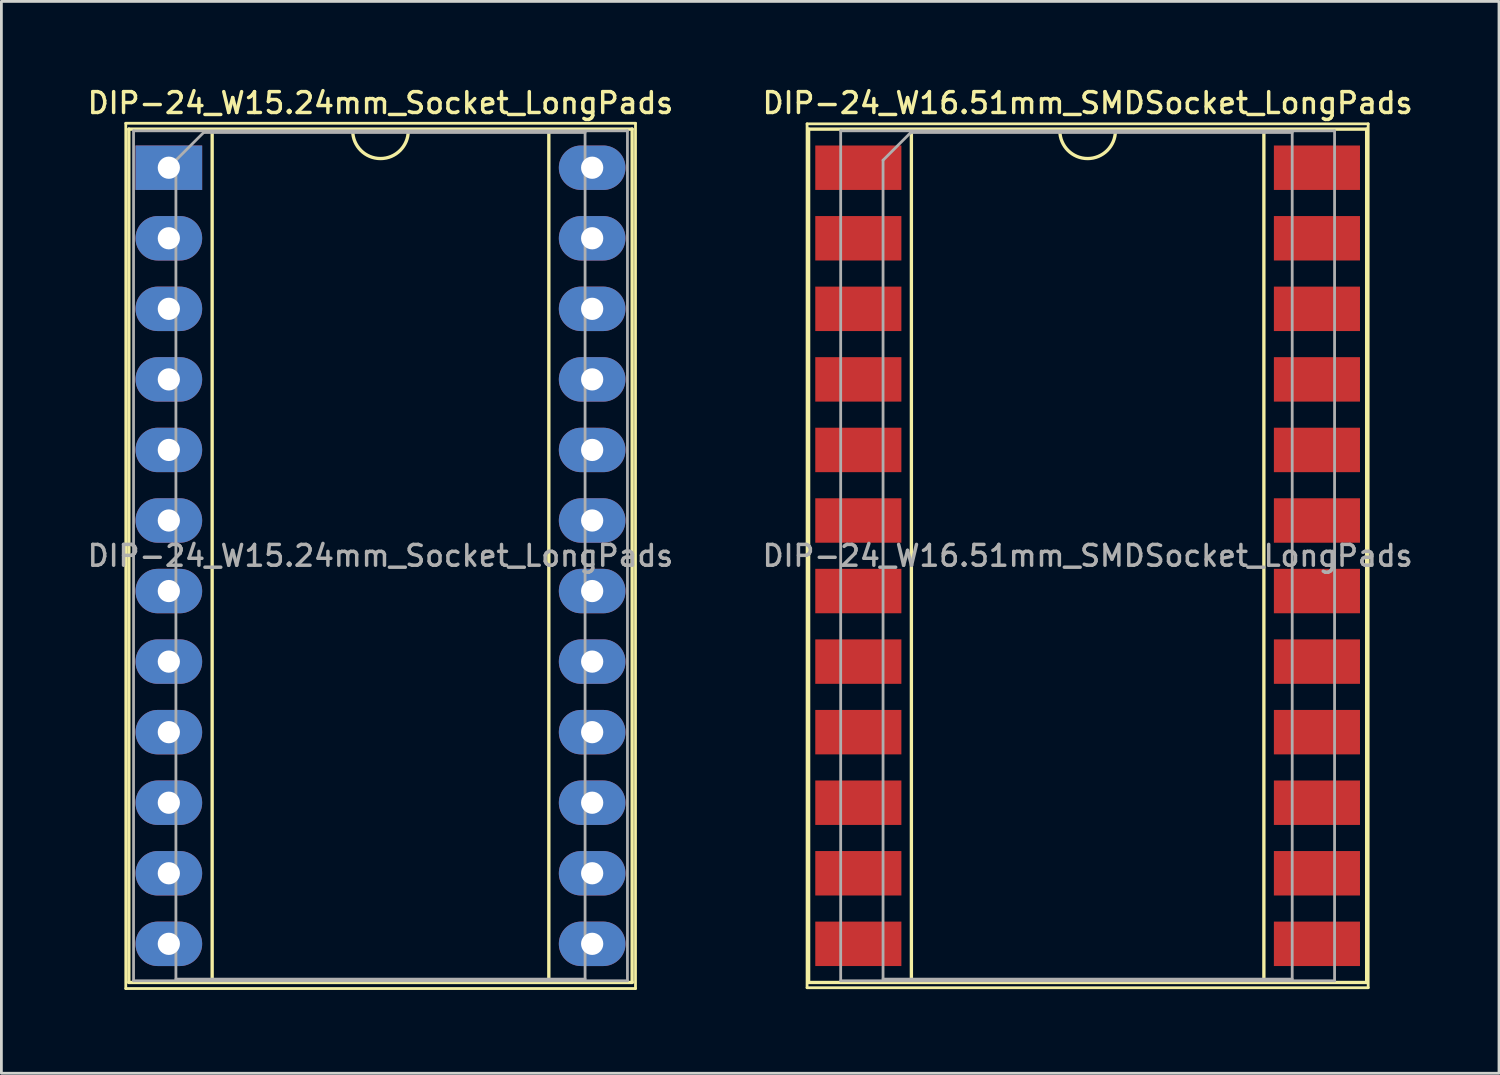
<source format=kicad_pcb>
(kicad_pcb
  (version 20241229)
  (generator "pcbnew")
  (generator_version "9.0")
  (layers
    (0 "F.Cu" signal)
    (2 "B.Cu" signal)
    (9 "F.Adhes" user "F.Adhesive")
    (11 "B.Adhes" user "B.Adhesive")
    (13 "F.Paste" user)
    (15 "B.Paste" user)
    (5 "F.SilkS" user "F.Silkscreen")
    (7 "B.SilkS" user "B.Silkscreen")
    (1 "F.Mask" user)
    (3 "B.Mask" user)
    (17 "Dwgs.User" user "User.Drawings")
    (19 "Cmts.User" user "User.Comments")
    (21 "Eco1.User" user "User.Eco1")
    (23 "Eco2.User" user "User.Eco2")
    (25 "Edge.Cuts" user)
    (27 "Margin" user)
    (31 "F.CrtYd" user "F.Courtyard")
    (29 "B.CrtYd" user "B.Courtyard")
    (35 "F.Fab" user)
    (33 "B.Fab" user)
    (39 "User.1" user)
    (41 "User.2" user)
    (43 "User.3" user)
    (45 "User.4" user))
  (footprint "DIP-24_W16.51mm_SMDSocket_LongPads"
    (layer "F.Cu")
    (at 36.105 16.958)
    (property "Reference" "DIP-24_W16.51mm_SMDSocket_LongPads" (at 0 -16.3 0) (layer "F.SilkS") (effects (font (size 0.75 0.75) (thickness 0.125))))
    (attr smd)
    (fp_line (start -10.1 -15.55) (end -10.1 15.55) (stroke (width 0.1) (type solid)) (layer "F.SilkS"))
    (fp_line (start -10.1 15.55) (end 10.1 15.55) (stroke (width 0.1) (type solid)) (layer "F.SilkS"))
    (fp_line (start -10.045 -15.36) (end -10.045 15.36) (stroke (width 0.12) (type solid)) (layer "F.SilkS"))
    (fp_line (start -10.045 15.36) (end 10.045 15.36) (stroke (width 0.12) (type solid)) (layer "F.SilkS"))
    (fp_line (start -6.345 -15.3) (end -6.345 15.3) (stroke (width 0.12) (type solid)) (layer "F.SilkS"))
    (fp_line (start -6.345 15.3) (end 6.345 15.3) (stroke (width 0.12) (type solid)) (layer "F.SilkS"))
    (fp_line (start -1 -15.3) (end -6.345 -15.3) (stroke (width 0.12) (type solid)) (layer "F.SilkS"))
    (fp_line (start 6.345 -15.3) (end 1 -15.3) (stroke (width 0.12) (type solid)) (layer "F.SilkS"))
    (fp_line (start 6.345 15.3) (end 6.345 -15.3) (stroke (width 0.12) (type solid)) (layer "F.SilkS"))
    (fp_line (start 10.045 -15.36) (end -10.045 -15.36) (stroke (width 0.12) (type solid)) (layer "F.SilkS"))
    (fp_line (start 10.045 15.36) (end 10.045 -15.36) (stroke (width 0.12) (type solid)) (layer "F.SilkS"))
    (fp_line (start 10.1 -15.55) (end -10.1 -15.55) (stroke (width 0.1) (type solid)) (layer "F.SilkS"))
    (fp_line (start 10.1 15.55) (end 10.1 -15.55) (stroke (width 0.1) (type solid)) (layer "F.SilkS"))
    (fp_arc (start 1 -15.3) (mid 0 -14.3) (end -1 -15.3) (stroke (width 0.12) (type solid)) (layer "F.SilkS"))
    (fp_line (start -8.89 -15.3) (end -8.89 15.3) (stroke (width 0.1) (type solid)) (layer "F.Fab"))
    (fp_line (start -8.89 15.3) (end 8.89 15.3) (stroke (width 0.1) (type solid)) (layer "F.Fab"))
    (fp_line (start -7.365 -14.24) (end -6.365 -15.24) (stroke (width 0.1) (type solid)) (layer "F.Fab"))
    (fp_line (start -7.365 15.24) (end -7.365 -14.24) (stroke (width 0.1) (type solid)) (layer "F.Fab"))
    (fp_line (start -6.365 -15.24) (end 7.365 -15.24) (stroke (width 0.1) (type solid)) (layer "F.Fab"))
    (fp_line (start 7.365 -15.24) (end 7.365 15.24) (stroke (width 0.1) (type solid)) (layer "F.Fab"))
    (fp_line (start 7.365 15.24) (end -7.365 15.24) (stroke (width 0.1) (type solid)) (layer "F.Fab"))
    (fp_line (start 8.89 -15.3) (end -8.89 -15.3) (stroke (width 0.1) (type solid)) (layer "F.Fab"))
    (fp_line (start 8.89 15.3) (end 8.89 -15.3) (stroke (width 0.1) (type solid)) (layer "F.Fab"))
    (fp_text user "${REFERENCE}" (at 0 0 0) (layer "F.Fab") (effects (font (size 0.75 0.75) (thickness 0.125))))
    (pad "1" smd rect (at -8.255 -13.97) (size 3.1 1.6) (layers "F.Cu" "F.Mask" "F.Paste"))
    (pad "2" smd rect (at -8.255 -11.43) (size 3.1 1.6) (layers "F.Cu" "F.Mask" "F.Paste"))
    (pad "3" smd rect (at -8.255 -8.89) (size 3.1 1.6) (layers "F.Cu" "F.Mask" "F.Paste"))
    (pad "4" smd rect (at -8.255 -6.35) (size 3.1 1.6) (layers "F.Cu" "F.Mask" "F.Paste"))
    (pad "5" smd rect (at -8.255 -3.81) (size 3.1 1.6) (layers "F.Cu" "F.Mask" "F.Paste"))
    (pad "6" smd rect (at -8.255 -1.27) (size 3.1 1.6) (layers "F.Cu" "F.Mask" "F.Paste"))
    (pad "7" smd rect (at -8.255 1.27) (size 3.1 1.6) (layers "F.Cu" "F.Mask" "F.Paste"))
    (pad "8" smd rect (at -8.255 3.81) (size 3.1 1.6) (layers "F.Cu" "F.Mask" "F.Paste"))
    (pad "9" smd rect (at -8.255 6.35) (size 3.1 1.6) (layers "F.Cu" "F.Mask" "F.Paste"))
    (pad "10" smd rect (at -8.255 8.89) (size 3.1 1.6) (layers "F.Cu" "F.Mask" "F.Paste"))
    (pad "11" smd rect (at -8.255 11.43) (size 3.1 1.6) (layers "F.Cu" "F.Mask" "F.Paste"))
    (pad "12" smd rect (at -8.255 13.97) (size 3.1 1.6) (layers "F.Cu" "F.Mask" "F.Paste"))
    (pad "13" smd rect (at 8.255 13.97) (size 3.1 1.6) (layers "F.Cu" "F.Mask" "F.Paste"))
    (pad "14" smd rect (at 8.255 11.43) (size 3.1 1.6) (layers "F.Cu" "F.Mask" "F.Paste"))
    (pad "15" smd rect (at 8.255 8.89) (size 3.1 1.6) (layers "F.Cu" "F.Mask" "F.Paste"))
    (pad "16" smd rect (at 8.255 6.35) (size 3.1 1.6) (layers "F.Cu" "F.Mask" "F.Paste"))
    (pad "17" smd rect (at 8.255 3.81) (size 3.1 1.6) (layers "F.Cu" "F.Mask" "F.Paste"))
    (pad "18" smd rect (at 8.255 1.27) (size 3.1 1.6) (layers "F.Cu" "F.Mask" "F.Paste"))
    (pad "19" smd rect (at 8.255 -1.27) (size 3.1 1.6) (layers "F.Cu" "F.Mask" "F.Paste"))
    (pad "20" smd rect (at 8.255 -3.81) (size 3.1 1.6) (layers "F.Cu" "F.Mask" "F.Paste"))
    (pad "21" smd rect (at 8.255 -6.35) (size 3.1 1.6) (layers "F.Cu" "F.Mask" "F.Paste"))
    (pad "22" smd rect (at 8.255 -8.89) (size 3.1 1.6) (layers "F.Cu" "F.Mask" "F.Paste"))
    (pad "23" smd rect (at 8.255 -11.43) (size 3.1 1.6) (layers "F.Cu" "F.Mask" "F.Paste"))
    (pad "24" smd rect (at 8.255 -13.97) (size 3.1 1.6) (layers "F.Cu" "F.Mask" "F.Paste")))
  (footprint "DIP-24_W15.24mm_Socket_LongPads"
    (layer "F.Cu")
    (at 3.028 2.988)
    (property "Reference" "DIP-24_W15.24mm_Socket_LongPads" (at 7.62 -2.33 0) (layer "F.SilkS") (effects (font (size 0.75 0.75) (thickness 0.125))))
    (attr through_hole)
    (fp_line (start -1.55 -1.6) (end -1.55 29.55) (stroke (width 0.1) (type solid)) (layer "F.SilkS"))
    (fp_line (start -1.55 29.55) (end 16.8 29.55) (stroke (width 0.1) (type solid)) (layer "F.SilkS"))
    (fp_line (start -1.44 -1.39) (end -1.44 29.33) (stroke (width 0.12) (type solid)) (layer "F.SilkS"))
    (fp_line (start -1.44 29.33) (end 16.68 29.33) (stroke (width 0.12) (type solid)) (layer "F.SilkS"))
    (fp_line (start 1.56 -1.33) (end 1.56 29.27) (stroke (width 0.12) (type solid)) (layer "F.SilkS"))
    (fp_line (start 1.56 29.27) (end 13.68 29.27) (stroke (width 0.12) (type solid)) (layer "F.SilkS"))
    (fp_line (start 6.62 -1.33) (end 1.56 -1.33) (stroke (width 0.12) (type solid)) (layer "F.SilkS"))
    (fp_line (start 13.68 -1.33) (end 8.62 -1.33) (stroke (width 0.12) (type solid)) (layer "F.SilkS"))
    (fp_line (start 13.68 29.27) (end 13.68 -1.33) (stroke (width 0.12) (type solid)) (layer "F.SilkS"))
    (fp_line (start 16.68 -1.39) (end -1.44 -1.39) (stroke (width 0.12) (type solid)) (layer "F.SilkS"))
    (fp_line (start 16.68 29.33) (end 16.68 -1.39) (stroke (width 0.12) (type solid)) (layer "F.SilkS"))
    (fp_line (start 16.8 -1.6) (end -1.55 -1.6) (stroke (width 0.1) (type solid)) (layer "F.SilkS"))
    (fp_line (start 16.8 29.55) (end 16.8 -1.6) (stroke (width 0.1) (type solid)) (layer "F.SilkS"))
    (fp_arc (start 8.62 -1.33) (mid 7.62 -0.33) (end 6.62 -1.33) (stroke (width 0.12) (type solid)) (layer "F.SilkS"))
    (fp_line (start -1.27 -1.33) (end -1.27 29.27) (stroke (width 0.1) (type solid)) (layer "F.Fab"))
    (fp_line (start -1.27 29.27) (end 16.51 29.27) (stroke (width 0.1) (type solid)) (layer "F.Fab"))
    (fp_line (start 0.255 -0.27) (end 1.255 -1.27) (stroke (width 0.1) (type solid)) (layer "F.Fab"))
    (fp_line (start 0.255 29.21) (end 0.255 -0.27) (stroke (width 0.1) (type solid)) (layer "F.Fab"))
    (fp_line (start 1.255 -1.27) (end 14.985 -1.27) (stroke (width 0.1) (type solid)) (layer "F.Fab"))
    (fp_line (start 14.985 -1.27) (end 14.985 29.21) (stroke (width 0.1) (type solid)) (layer "F.Fab"))
    (fp_line (start 14.985 29.21) (end 0.255 29.21) (stroke (width 0.1) (type solid)) (layer "F.Fab"))
    (fp_line (start 16.51 -1.33) (end -1.27 -1.33) (stroke (width 0.1) (type solid)) (layer "F.Fab"))
    (fp_line (start 16.51 29.27) (end 16.51 -1.33) (stroke (width 0.1) (type solid)) (layer "F.Fab"))
    (fp_text user "${REFERENCE}" (at 7.62 13.97 0) (layer "F.Fab") (effects (font (size 0.75 0.75) (thickness 0.125))))
    (pad "1" thru_hole rect (at 0 0) (size 2.4 1.6) (drill 0.8) (layers "*.Cu" "*.Mask"))
    (pad "2" thru_hole oval (at 0 2.54) (size 2.4 1.6) (drill 0.8) (layers "*.Cu" "*.Mask"))
    (pad "3" thru_hole oval (at 0 5.08) (size 2.4 1.6) (drill 0.8) (layers "*.Cu" "*.Mask"))
    (pad "4" thru_hole oval (at 0 7.62) (size 2.4 1.6) (drill 0.8) (layers "*.Cu" "*.Mask"))
    (pad "5" thru_hole oval (at 0 10.16) (size 2.4 1.6) (drill 0.8) (layers "*.Cu" "*.Mask"))
    (pad "6" thru_hole oval (at 0 12.7) (size 2.4 1.6) (drill 0.8) (layers "*.Cu" "*.Mask"))
    (pad "7" thru_hole oval (at 0 15.24) (size 2.4 1.6) (drill 0.8) (layers "*.Cu" "*.Mask"))
    (pad "8" thru_hole oval (at 0 17.78) (size 2.4 1.6) (drill 0.8) (layers "*.Cu" "*.Mask"))
    (pad "9" thru_hole oval (at 0 20.32) (size 2.4 1.6) (drill 0.8) (layers "*.Cu" "*.Mask"))
    (pad "10" thru_hole oval (at 0 22.86) (size 2.4 1.6) (drill 0.8) (layers "*.Cu" "*.Mask"))
    (pad "11" thru_hole oval (at 0 25.4) (size 2.4 1.6) (drill 0.8) (layers "*.Cu" "*.Mask"))
    (pad "12" thru_hole oval (at 0 27.94) (size 2.4 1.6) (drill 0.8) (layers "*.Cu" "*.Mask"))
    (pad "13" thru_hole oval (at 15.24 27.94) (size 2.4 1.6) (drill 0.8) (layers "*.Cu" "*.Mask"))
    (pad "14" thru_hole oval (at 15.24 25.4) (size 2.4 1.6) (drill 0.8) (layers "*.Cu" "*.Mask"))
    (pad "15" thru_hole oval (at 15.24 22.86) (size 2.4 1.6) (drill 0.8) (layers "*.Cu" "*.Mask"))
    (pad "16" thru_hole oval (at 15.24 20.32) (size 2.4 1.6) (drill 0.8) (layers "*.Cu" "*.Mask"))
    (pad "17" thru_hole oval (at 15.24 17.78) (size 2.4 1.6) (drill 0.8) (layers "*.Cu" "*.Mask"))
    (pad "18" thru_hole oval (at 15.24 15.24) (size 2.4 1.6) (drill 0.8) (layers "*.Cu" "*.Mask"))
    (pad "19" thru_hole oval (at 15.24 12.7) (size 2.4 1.6) (drill 0.8) (layers "*.Cu" "*.Mask"))
    (pad "20" thru_hole oval (at 15.24 10.16) (size 2.4 1.6) (drill 0.8) (layers "*.Cu" "*.Mask"))
    (pad "21" thru_hole oval (at 15.24 7.62) (size 2.4 1.6) (drill 0.8) (layers "*.Cu" "*.Mask"))
    (pad "22" thru_hole oval (at 15.24 5.08) (size 2.4 1.6) (drill 0.8) (layers "*.Cu" "*.Mask"))
    (pad "23" thru_hole oval (at 15.24 2.54) (size 2.4 1.6) (drill 0.8) (layers "*.Cu" "*.Mask"))
    (pad "24" thru_hole oval (at 15.24 0) (size 2.4 1.6) (drill 0.8) (layers "*.Cu" "*.Mask")))
  (gr_rect
    (start -3 -3)
    (end 50.914 35.588)
    (stroke (width 0.1) (type default))
    (fill no)
    (layer "Edge.Cuts")))
</source>
